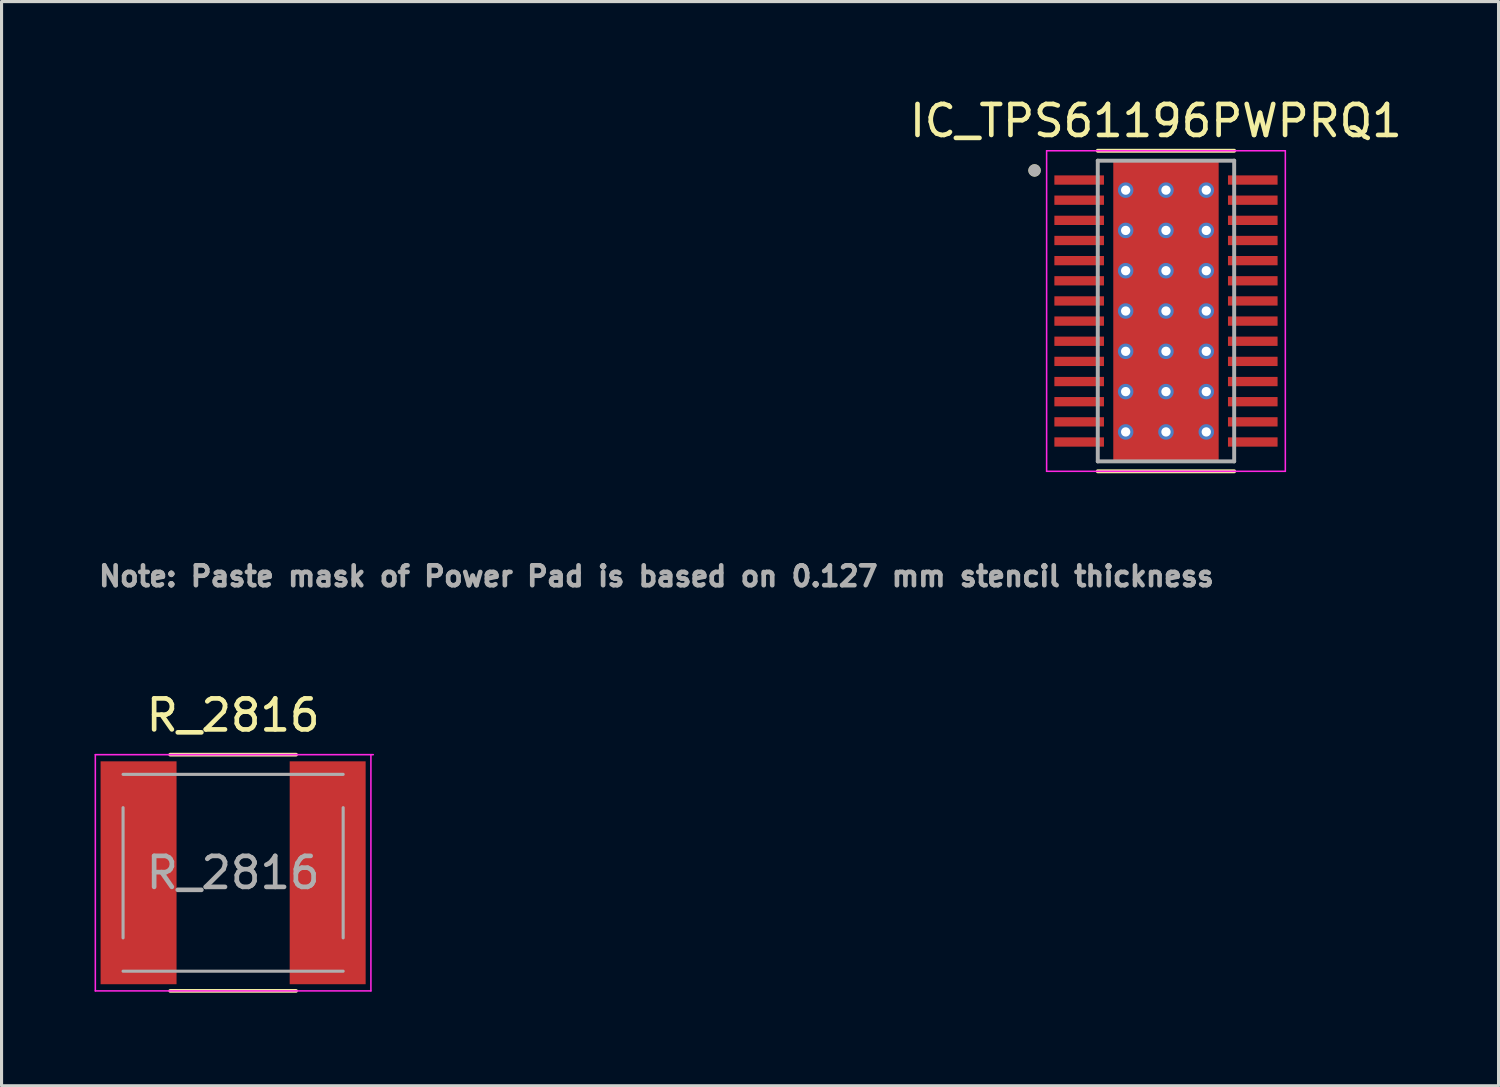
<source format=kicad_pcb>
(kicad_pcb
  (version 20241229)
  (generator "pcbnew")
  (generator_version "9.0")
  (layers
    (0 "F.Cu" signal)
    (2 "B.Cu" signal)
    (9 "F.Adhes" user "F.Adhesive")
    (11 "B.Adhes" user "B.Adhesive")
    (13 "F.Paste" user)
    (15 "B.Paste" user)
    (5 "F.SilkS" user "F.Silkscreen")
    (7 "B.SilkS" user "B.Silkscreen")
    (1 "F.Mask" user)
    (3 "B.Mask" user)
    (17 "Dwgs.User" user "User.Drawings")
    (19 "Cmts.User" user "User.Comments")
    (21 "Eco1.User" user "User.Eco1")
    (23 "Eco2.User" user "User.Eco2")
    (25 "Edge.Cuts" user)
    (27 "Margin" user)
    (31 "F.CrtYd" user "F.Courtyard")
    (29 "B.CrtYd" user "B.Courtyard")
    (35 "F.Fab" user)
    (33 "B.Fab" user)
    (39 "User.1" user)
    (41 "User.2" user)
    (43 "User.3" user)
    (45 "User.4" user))
  (footprint "R_2816"
    (layer "F.Cu")
    (at 4.47 25.104)
    (property "Reference" "R_2816" (at 0 -5.08 0) (layer "F.SilkS") (effects (font (size 1 1) (thickness 0.15))))
    (attr smd)
    (fp_line (start -2.03 -3.81) (end 2.03 -3.81) (stroke (width 0.12) (type solid)) (layer "F.SilkS"))
    (fp_line (start -2.03 3.81) (end 2.03 3.81) (stroke (width 0.12) (type solid)) (layer "F.SilkS"))
    (fp_line (start -4.445 -3.81) (end -4.445 3.81) (stroke (width 0.05) (type solid)) (layer "F.CrtYd"))
    (fp_line (start -4.445 -3.81) (end 4.52 -3.81) (stroke (width 0.05) (type solid)) (layer "F.CrtYd"))
    (fp_line (start 4.445 3.81) (end -4.445 3.81) (stroke (width 0.05) (type solid)) (layer "F.CrtYd"))
    (fp_line (start 4.445 3.81) (end 4.445 -3.81) (stroke (width 0.05) (type solid)) (layer "F.CrtYd"))
    (fp_line (start -3.55 -2.1) (end -3.55 2.1) (stroke (width 0.1) (type solid)) (layer "F.Fab"))
    (fp_line (start -3.55 3.175) (end 3.55 3.175) (stroke (width 0.1) (type solid)) (layer "F.Fab"))
    (fp_line (start 3.55 -3.175) (end -3.55 -3.175) (stroke (width 0.1) (type solid)) (layer "F.Fab"))
    (fp_line (start 3.55 2.1) (end 3.55 -2.1) (stroke (width 0.1) (type solid)) (layer "F.Fab"))
    (fp_text user "${REFERENCE}" (at 0 0 0) (layer "F.Fab") (effects (font (size 1 1) (thickness 0.15))))
    (pad "1" smd rect (at -3.05 0) (size 2.45 7.19) (layers "F.Cu" "F.Mask" "F.Paste"))
    (pad "2" smd rect (at 3.05 0) (size 2.45 7.19) (layers "F.Cu" "F.Mask" "F.Paste")))
  (footprint "IC_TPS61196PWPRQ1"
    (layer "F.Cu")
    (at 34.562 6.983)
    (property "Reference" "IC_TPS61196PWPRQ1" (at -0.325 -6.135 0) (layer "F.SilkS") (effects (font (size 1 1) (thickness 0.15))))
    (attr through_hole)
    (fp_poly (pts (xy -3.67 -4.445) (xy -1.93 -4.445) (xy -1.93 -4.005) (xy -3.67 -4.005)) (stroke (width 0.01) (type solid)) (fill yes) (layer "F.Mask"))
    (fp_poly (pts (xy -3.67 -3.795) (xy -1.93 -3.795) (xy -1.93 -3.355) (xy -3.67 -3.355)) (stroke (width 0.01) (type solid)) (fill yes) (layer "F.Mask"))
    (fp_poly (pts (xy -3.67 -3.145) (xy -1.93 -3.145) (xy -1.93 -2.705) (xy -3.67 -2.705)) (stroke (width 0.01) (type solid)) (fill yes) (layer "F.Mask"))
    (fp_poly (pts (xy -3.67 -2.495) (xy -1.93 -2.495) (xy -1.93 -2.055) (xy -3.67 -2.055)) (stroke (width 0.01) (type solid)) (fill yes) (layer "F.Mask"))
    (fp_poly (pts (xy -3.67 -1.845) (xy -1.93 -1.845) (xy -1.93 -1.405) (xy -3.67 -1.405)) (stroke (width 0.01) (type solid)) (fill yes) (layer "F.Mask"))
    (fp_poly (pts (xy -3.67 -1.195) (xy -1.93 -1.195) (xy -1.93 -0.755) (xy -3.67 -0.755)) (stroke (width 0.01) (type solid)) (fill yes) (layer "F.Mask"))
    (fp_poly (pts (xy -3.67 -0.545) (xy -1.93 -0.545) (xy -1.93 -0.105) (xy -3.67 -0.105)) (stroke (width 0.01) (type solid)) (fill yes) (layer "F.Mask"))
    (fp_poly (pts (xy -3.67 0.105) (xy -1.93 0.105) (xy -1.93 0.545) (xy -3.67 0.545)) (stroke (width 0.01) (type solid)) (fill yes) (layer "F.Mask"))
    (fp_poly (pts (xy -3.67 0.755) (xy -1.93 0.755) (xy -1.93 1.195) (xy -3.67 1.195)) (stroke (width 0.01) (type solid)) (fill yes) (layer "F.Mask"))
    (fp_poly (pts (xy -3.67 1.405) (xy -1.93 1.405) (xy -1.93 1.845) (xy -3.67 1.845)) (stroke (width 0.01) (type solid)) (fill yes) (layer "F.Mask"))
    (fp_poly (pts (xy -3.67 2.055) (xy -1.93 2.055) (xy -1.93 2.495) (xy -3.67 2.495)) (stroke (width 0.01) (type solid)) (fill yes) (layer "F.Mask"))
    (fp_poly (pts (xy -3.67 2.705) (xy -1.93 2.705) (xy -1.93 3.145) (xy -3.67 3.145)) (stroke (width 0.01) (type solid)) (fill yes) (layer "F.Mask"))
    (fp_poly (pts (xy -3.67 3.355) (xy -1.93 3.355) (xy -1.93 3.795) (xy -3.67 3.795)) (stroke (width 0.01) (type solid)) (fill yes) (layer "F.Mask"))
    (fp_poly (pts (xy -3.67 4.005) (xy -1.93 4.005) (xy -1.93 4.445) (xy -3.67 4.445)) (stroke (width 0.01) (type solid)) (fill yes) (layer "F.Mask"))
    (fp_poly (pts (xy -1.2 -3.23) (xy 1.2 -3.23) (xy 1.2 3.23) (xy -1.2 3.23)) (stroke (width 0.01) (type solid)) (fill yes) (layer "F.Mask"))
    (fp_poly (pts (xy 1.93 -4.445) (xy 3.67 -4.445) (xy 3.67 -4.005) (xy 1.93 -4.005)) (stroke (width 0.01) (type solid)) (fill yes) (layer "F.Mask"))
    (fp_poly (pts (xy 1.93 -3.795) (xy 3.67 -3.795) (xy 3.67 -3.355) (xy 1.93 -3.355)) (stroke (width 0.01) (type solid)) (fill yes) (layer "F.Mask"))
    (fp_poly (pts (xy 1.93 -3.145) (xy 3.67 -3.145) (xy 3.67 -2.705) (xy 1.93 -2.705)) (stroke (width 0.01) (type solid)) (fill yes) (layer "F.Mask"))
    (fp_poly (pts (xy 1.93 -2.495) (xy 3.67 -2.495) (xy 3.67 -2.055) (xy 1.93 -2.055)) (stroke (width 0.01) (type solid)) (fill yes) (layer "F.Mask"))
    (fp_poly (pts (xy 1.93 -1.845) (xy 3.67 -1.845) (xy 3.67 -1.405) (xy 1.93 -1.405)) (stroke (width 0.01) (type solid)) (fill yes) (layer "F.Mask"))
    (fp_poly (pts (xy 1.93 -1.195) (xy 3.67 -1.195) (xy 3.67 -0.755) (xy 1.93 -0.755)) (stroke (width 0.01) (type solid)) (fill yes) (layer "F.Mask"))
    (fp_poly (pts (xy 1.93 -0.545) (xy 3.67 -0.545) (xy 3.67 -0.105) (xy 1.93 -0.105)) (stroke (width 0.01) (type solid)) (fill yes) (layer "F.Mask"))
    (fp_poly (pts (xy 1.93 0.105) (xy 3.67 0.105) (xy 3.67 0.545) (xy 1.93 0.545)) (stroke (width 0.01) (type solid)) (fill yes) (layer "F.Mask"))
    (fp_poly (pts (xy 1.93 0.755) (xy 3.67 0.755) (xy 3.67 1.195) (xy 1.93 1.195)) (stroke (width 0.01) (type solid)) (fill yes) (layer "F.Mask"))
    (fp_poly (pts (xy 1.93 1.405) (xy 3.67 1.405) (xy 3.67 1.845) (xy 1.93 1.845)) (stroke (width 0.01) (type solid)) (fill yes) (layer "F.Mask"))
    (fp_poly (pts (xy 1.93 2.055) (xy 3.67 2.055) (xy 3.67 2.495) (xy 1.93 2.495)) (stroke (width 0.01) (type solid)) (fill yes) (layer "F.Mask"))
    (fp_poly (pts (xy 1.93 2.705) (xy 3.67 2.705) (xy 3.67 3.145) (xy 1.93 3.145)) (stroke (width 0.01) (type solid)) (fill yes) (layer "F.Mask"))
    (fp_poly (pts (xy 1.93 3.355) (xy 3.67 3.355) (xy 3.67 3.795) (xy 1.93 3.795)) (stroke (width 0.01) (type solid)) (fill yes) (layer "F.Mask"))
    (fp_poly (pts (xy 1.93 4.005) (xy 3.67 4.005) (xy 3.67 4.445) (xy 1.93 4.445)) (stroke (width 0.01) (type solid)) (fill yes) (layer "F.Mask"))
    (fp_line (start -2.2 -5.17) (end 2.2 -5.17) (stroke (width 0.127) (type solid)) (layer "F.SilkS"))
    (fp_line (start -2.2 5.17) (end 2.2 5.17) (stroke (width 0.127) (type solid)) (layer "F.SilkS"))
    (fp_circle (center -4.24 -4.535) (end -4.14 -4.535) (stroke (width 0.2) (type solid)) (fill no) (layer "F.SilkS"))
    (fp_poly (pts (xy -3.575 -4.35) (xy -2.025 -4.35) (xy -2.025 -4.1) (xy -3.575 -4.1)) (stroke (width 0.01) (type solid)) (fill yes) (layer "F.Paste"))
    (fp_poly (pts (xy -3.575 -3.7) (xy -2.025 -3.7) (xy -2.025 -3.45) (xy -3.575 -3.45)) (stroke (width 0.01) (type solid)) (fill yes) (layer "F.Paste"))
    (fp_poly (pts (xy -3.575 -3.05) (xy -2.025 -3.05) (xy -2.025 -2.8) (xy -3.575 -2.8)) (stroke (width 0.01) (type solid)) (fill yes) (layer "F.Paste"))
    (fp_poly (pts (xy -3.575 -2.4) (xy -2.025 -2.4) (xy -2.025 -2.15) (xy -3.575 -2.15)) (stroke (width 0.01) (type solid)) (fill yes) (layer "F.Paste"))
    (fp_poly (pts (xy -3.575 -1.75) (xy -2.025 -1.75) (xy -2.025 -1.5) (xy -3.575 -1.5)) (stroke (width 0.01) (type solid)) (fill yes) (layer "F.Paste"))
    (fp_poly (pts (xy -3.575 -1.1) (xy -2.025 -1.1) (xy -2.025 -0.85) (xy -3.575 -0.85)) (stroke (width 0.01) (type solid)) (fill yes) (layer "F.Paste"))
    (fp_poly (pts (xy -3.575 -0.45) (xy -2.025 -0.45) (xy -2.025 -0.2) (xy -3.575 -0.2)) (stroke (width 0.01) (type solid)) (fill yes) (layer "F.Paste"))
    (fp_poly (pts (xy -3.575 0.2) (xy -2.025 0.2) (xy -2.025 0.45) (xy -3.575 0.45)) (stroke (width 0.01) (type solid)) (fill yes) (layer "F.Paste"))
    (fp_poly (pts (xy -3.575 0.85) (xy -2.025 0.85) (xy -2.025 1.1) (xy -3.575 1.1)) (stroke (width 0.01) (type solid)) (fill yes) (layer "F.Paste"))
    (fp_poly (pts (xy -3.575 1.5) (xy -2.025 1.5) (xy -2.025 1.75) (xy -3.575 1.75)) (stroke (width 0.01) (type solid)) (fill yes) (layer "F.Paste"))
    (fp_poly (pts (xy -3.575 2.15) (xy -2.025 2.15) (xy -2.025 2.4) (xy -3.575 2.4)) (stroke (width 0.01) (type solid)) (fill yes) (layer "F.Paste"))
    (fp_poly (pts (xy -3.575 2.8) (xy -2.025 2.8) (xy -2.025 3.05) (xy -3.575 3.05)) (stroke (width 0.01) (type solid)) (fill yes) (layer "F.Paste"))
    (fp_poly (pts (xy -3.575 3.45) (xy -2.025 3.45) (xy -2.025 3.7) (xy -3.575 3.7)) (stroke (width 0.01) (type solid)) (fill yes) (layer "F.Paste"))
    (fp_poly (pts (xy -3.575 4.1) (xy -2.025 4.1) (xy -2.025 4.35) (xy -3.575 4.35)) (stroke (width 0.01) (type solid)) (fill yes) (layer "F.Paste"))
    (fp_poly (pts (xy -1.2 -3.23) (xy 1.2 -3.23) (xy 1.2 3.23) (xy -1.2 3.23)) (stroke (width 0.01) (type solid)) (fill yes) (layer "F.Paste"))
    (fp_poly (pts (xy 2.025 -4.35) (xy 3.575 -4.35) (xy 3.575 -4.1) (xy 2.025 -4.1)) (stroke (width 0.01) (type solid)) (fill yes) (layer "F.Paste"))
    (fp_poly (pts (xy 2.025 -3.7) (xy 3.575 -3.7) (xy 3.575 -3.45) (xy 2.025 -3.45)) (stroke (width 0.01) (type solid)) (fill yes) (layer "F.Paste"))
    (fp_poly (pts (xy 2.025 -3.05) (xy 3.575 -3.05) (xy 3.575 -2.8) (xy 2.025 -2.8)) (stroke (width 0.01) (type solid)) (fill yes) (layer "F.Paste"))
    (fp_poly (pts (xy 2.025 -2.4) (xy 3.575 -2.4) (xy 3.575 -2.15) (xy 2.025 -2.15)) (stroke (width 0.01) (type solid)) (fill yes) (layer "F.Paste"))
    (fp_poly (pts (xy 2.025 -1.75) (xy 3.575 -1.75) (xy 3.575 -1.5) (xy 2.025 -1.5)) (stroke (width 0.01) (type solid)) (fill yes) (layer "F.Paste"))
    (fp_poly (pts (xy 2.025 -1.1) (xy 3.575 -1.1) (xy 3.575 -0.85) (xy 2.025 -0.85)) (stroke (width 0.01) (type solid)) (fill yes) (layer "F.Paste"))
    (fp_poly (pts (xy 2.025 -0.45) (xy 3.575 -0.45) (xy 3.575 -0.2) (xy 2.025 -0.2)) (stroke (width 0.01) (type solid)) (fill yes) (layer "F.Paste"))
    (fp_poly (pts (xy 2.025 0.2) (xy 3.575 0.2) (xy 3.575 0.45) (xy 2.025 0.45)) (stroke (width 0.01) (type solid)) (fill yes) (layer "F.Paste"))
    (fp_poly (pts (xy 2.025 0.85) (xy 3.575 0.85) (xy 3.575 1.1) (xy 2.025 1.1)) (stroke (width 0.01) (type solid)) (fill yes) (layer "F.Paste"))
    (fp_poly (pts (xy 2.025 1.5) (xy 3.575 1.5) (xy 3.575 1.75) (xy 2.025 1.75)) (stroke (width 0.01) (type solid)) (fill yes) (layer "F.Paste"))
    (fp_poly (pts (xy 2.025 2.15) (xy 3.575 2.15) (xy 3.575 2.4) (xy 2.025 2.4)) (stroke (width 0.01) (type solid)) (fill yes) (layer "F.Paste"))
    (fp_poly (pts (xy 2.025 2.8) (xy 3.575 2.8) (xy 3.575 3.05) (xy 2.025 3.05)) (stroke (width 0.01) (type solid)) (fill yes) (layer "F.Paste"))
    (fp_poly (pts (xy 2.025 3.45) (xy 3.575 3.45) (xy 3.575 3.7) (xy 2.025 3.7)) (stroke (width 0.01) (type solid)) (fill yes) (layer "F.Paste"))
    (fp_poly (pts (xy 2.025 4.1) (xy 3.575 4.1) (xy 3.575 4.35) (xy 2.025 4.35)) (stroke (width 0.01) (type solid)) (fill yes) (layer "F.Paste"))
    (fp_line (start -3.85 -5.17) (end -3.85 5.17) (stroke (width 0.05) (type solid)) (layer "F.CrtYd"))
    (fp_line (start -3.85 -5.17) (end 3.85 -5.17) (stroke (width 0.05) (type solid)) (layer "F.CrtYd"))
    (fp_line (start -3.85 5.17) (end 3.85 5.17) (stroke (width 0.05) (type solid)) (layer "F.CrtYd"))
    (fp_line (start 3.85 -5.17) (end 3.85 5.17) (stroke (width 0.05) (type solid)) (layer "F.CrtYd"))
    (fp_line (start -2.2 -4.85) (end -2.2 4.85) (stroke (width 0.127) (type solid)) (layer "F.Fab"))
    (fp_line (start -2.2 -4.85) (end 2.2 -4.85) (stroke (width 0.127) (type solid)) (layer "F.Fab"))
    (fp_line (start -2.2 4.85) (end 2.2 4.85) (stroke (width 0.127) (type solid)) (layer "F.Fab"))
    (fp_line (start 2.2 -4.85) (end 2.2 4.85) (stroke (width 0.127) (type solid)) (layer "F.Fab"))
    (fp_circle (center -4.24 -4.535) (end -4.14 -4.535) (stroke (width 0.2) (type solid)) (fill no) (layer "F.Fab"))
    (fp_text user "Note: Paste mask of Power Pad is based on 0.127 mm stencil thickness" (at -16.435 8.555 0) (layer "F.Fab") (effects (font (size 0.64 0.64) (thickness 0.15))))
    (pad "1" smd rect (at -2.8 -4.225) (size 1.6 0.3) (layers "F.Cu"))
    (pad "2" smd rect (at -2.8 -3.575) (size 1.6 0.3) (layers "F.Cu"))
    (pad "3" smd rect (at -2.8 -2.925) (size 1.6 0.3) (layers "F.Cu"))
    (pad "4" smd rect (at -2.8 -2.275) (size 1.6 0.3) (layers "F.Cu"))
    (pad "5" smd rect (at -2.8 -1.625) (size 1.6 0.3) (layers "F.Cu"))
    (pad "6" smd rect (at -2.8 -0.975) (size 1.6 0.3) (layers "F.Cu"))
    (pad "7" smd rect (at -2.8 -0.325) (size 1.6 0.3) (layers "F.Cu"))
    (pad "8" smd rect (at -2.8 0.325) (size 1.6 0.3) (layers "F.Cu"))
    (pad "9" smd rect (at -2.8 0.975) (size 1.6 0.3) (layers "F.Cu"))
    (pad "10" smd rect (at -2.8 1.625) (size 1.6 0.3) (layers "F.Cu"))
    (pad "11" smd rect (at -2.8 2.275) (size 1.6 0.3) (layers "F.Cu"))
    (pad "12" smd rect (at -2.8 2.925) (size 1.6 0.3) (layers "F.Cu"))
    (pad "13" smd rect (at -2.8 3.575) (size 1.6 0.3) (layers "F.Cu"))
    (pad "14" smd rect (at -2.8 4.225) (size 1.6 0.3) (layers "F.Cu"))
    (pad "15" smd rect (at 2.8 4.225) (size 1.6 0.3) (layers "F.Cu"))
    (pad "16" smd rect (at 2.8 3.575) (size 1.6 0.3) (layers "F.Cu"))
    (pad "17" smd rect (at 2.8 2.925) (size 1.6 0.3) (layers "F.Cu"))
    (pad "18" smd rect (at 2.8 2.275) (size 1.6 0.3) (layers "F.Cu"))
    (pad "19" smd rect (at 2.8 1.625) (size 1.6 0.3) (layers "F.Cu"))
    (pad "20" smd rect (at 2.8 0.975) (size 1.6 0.3) (layers "F.Cu"))
    (pad "21" smd rect (at 2.8 0.325) (size 1.6 0.3) (layers "F.Cu"))
    (pad "22" smd rect (at 2.8 -0.325) (size 1.6 0.3) (layers "F.Cu"))
    (pad "23" smd rect (at 2.8 -0.975) (size 1.6 0.3) (layers "F.Cu"))
    (pad "24" smd rect (at 2.8 -1.625) (size 1.6 0.3) (layers "F.Cu"))
    (pad "25" smd rect (at 2.8 -2.275) (size 1.6 0.3) (layers "F.Cu"))
    (pad "26" smd rect (at 2.8 -2.925) (size 1.6 0.3) (layers "F.Cu"))
    (pad "27" smd rect (at 2.8 -3.575) (size 1.6 0.3) (layers "F.Cu"))
    (pad "28" smd rect (at 2.8 -4.225) (size 1.6 0.3) (layers "F.Cu"))
    (pad "29" smd rect (at 0 0) (size 3.4 9.7) (layers "F.Cu"))
    (pad "30" thru_hole circle (at 0 0) (size 0.5 0.5) (drill 0.3) (layers "*.Cu"))
    (pad "31" thru_hole circle (at 0 -1.3) (size 0.5 0.5) (drill 0.3) (layers "*.Cu"))
    (pad "32" thru_hole circle (at 0 -2.6) (size 0.5 0.5) (drill 0.3) (layers "*.Cu"))
    (pad "33" thru_hole circle (at 0 -3.9) (size 0.5 0.5) (drill 0.3) (layers "*.Cu"))
    (pad "34" thru_hole circle (at 0 1.3) (size 0.5 0.5) (drill 0.3) (layers "*.Cu"))
    (pad "35" thru_hole circle (at 0 2.6) (size 0.5 0.5) (drill 0.3) (layers "*.Cu"))
    (pad "36" thru_hole circle (at 0 3.9) (size 0.5 0.5) (drill 0.3) (layers "*.Cu"))
    (pad "37" thru_hole circle (at -1.3 -3.9) (size 0.5 0.5) (drill 0.3) (layers "*.Cu"))
    (pad "38" thru_hole circle (at 1.3 -3.9) (size 0.5 0.5) (drill 0.3) (layers "*.Cu"))
    (pad "39" thru_hole circle (at -1.3 -2.6) (size 0.5 0.5) (drill 0.3) (layers "*.Cu"))
    (pad "40" thru_hole circle (at 1.3 -2.6) (size 0.5 0.5) (drill 0.3) (layers "*.Cu"))
    (pad "41" thru_hole circle (at 1.3 -1.3) (size 0.5 0.5) (drill 0.3) (layers "*.Cu"))
    (pad "42" thru_hole circle (at -1.3 -1.3) (size 0.5 0.5) (drill 0.3) (layers "*.Cu"))
    (pad "43" thru_hole circle (at -1.3 0) (size 0.5 0.5) (drill 0.3) (layers "*.Cu"))
    (pad "44" thru_hole circle (at 1.3 0) (size 0.5 0.5) (drill 0.3) (layers "*.Cu"))
    (pad "45" thru_hole circle (at -1.3 1.3) (size 0.5 0.5) (drill 0.3) (layers "*.Cu"))
    (pad "46" thru_hole circle (at 1.3 1.3) (size 0.5 0.5) (drill 0.3) (layers "*.Cu"))
    (pad "47" thru_hole circle (at -1.3 2.6) (size 0.5 0.5) (drill 0.3) (layers "*.Cu"))
    (pad "48" thru_hole circle (at 1.3 2.6) (size 0.5 0.5) (drill 0.3) (layers "*.Cu"))
    (pad "49" thru_hole circle (at -1.3 3.9) (size 0.5 0.5) (drill 0.3) (layers "*.Cu"))
    (pad "50" thru_hole circle (at 1.3 3.9) (size 0.5 0.5) (drill 0.3) (layers "*.Cu")))
  (gr_rect
    (start -3 -3)
    (end 45.29 31.974)
    (stroke (width 0.1) (type default))
    (fill no)
    (layer "Edge.Cuts")))
</source>
